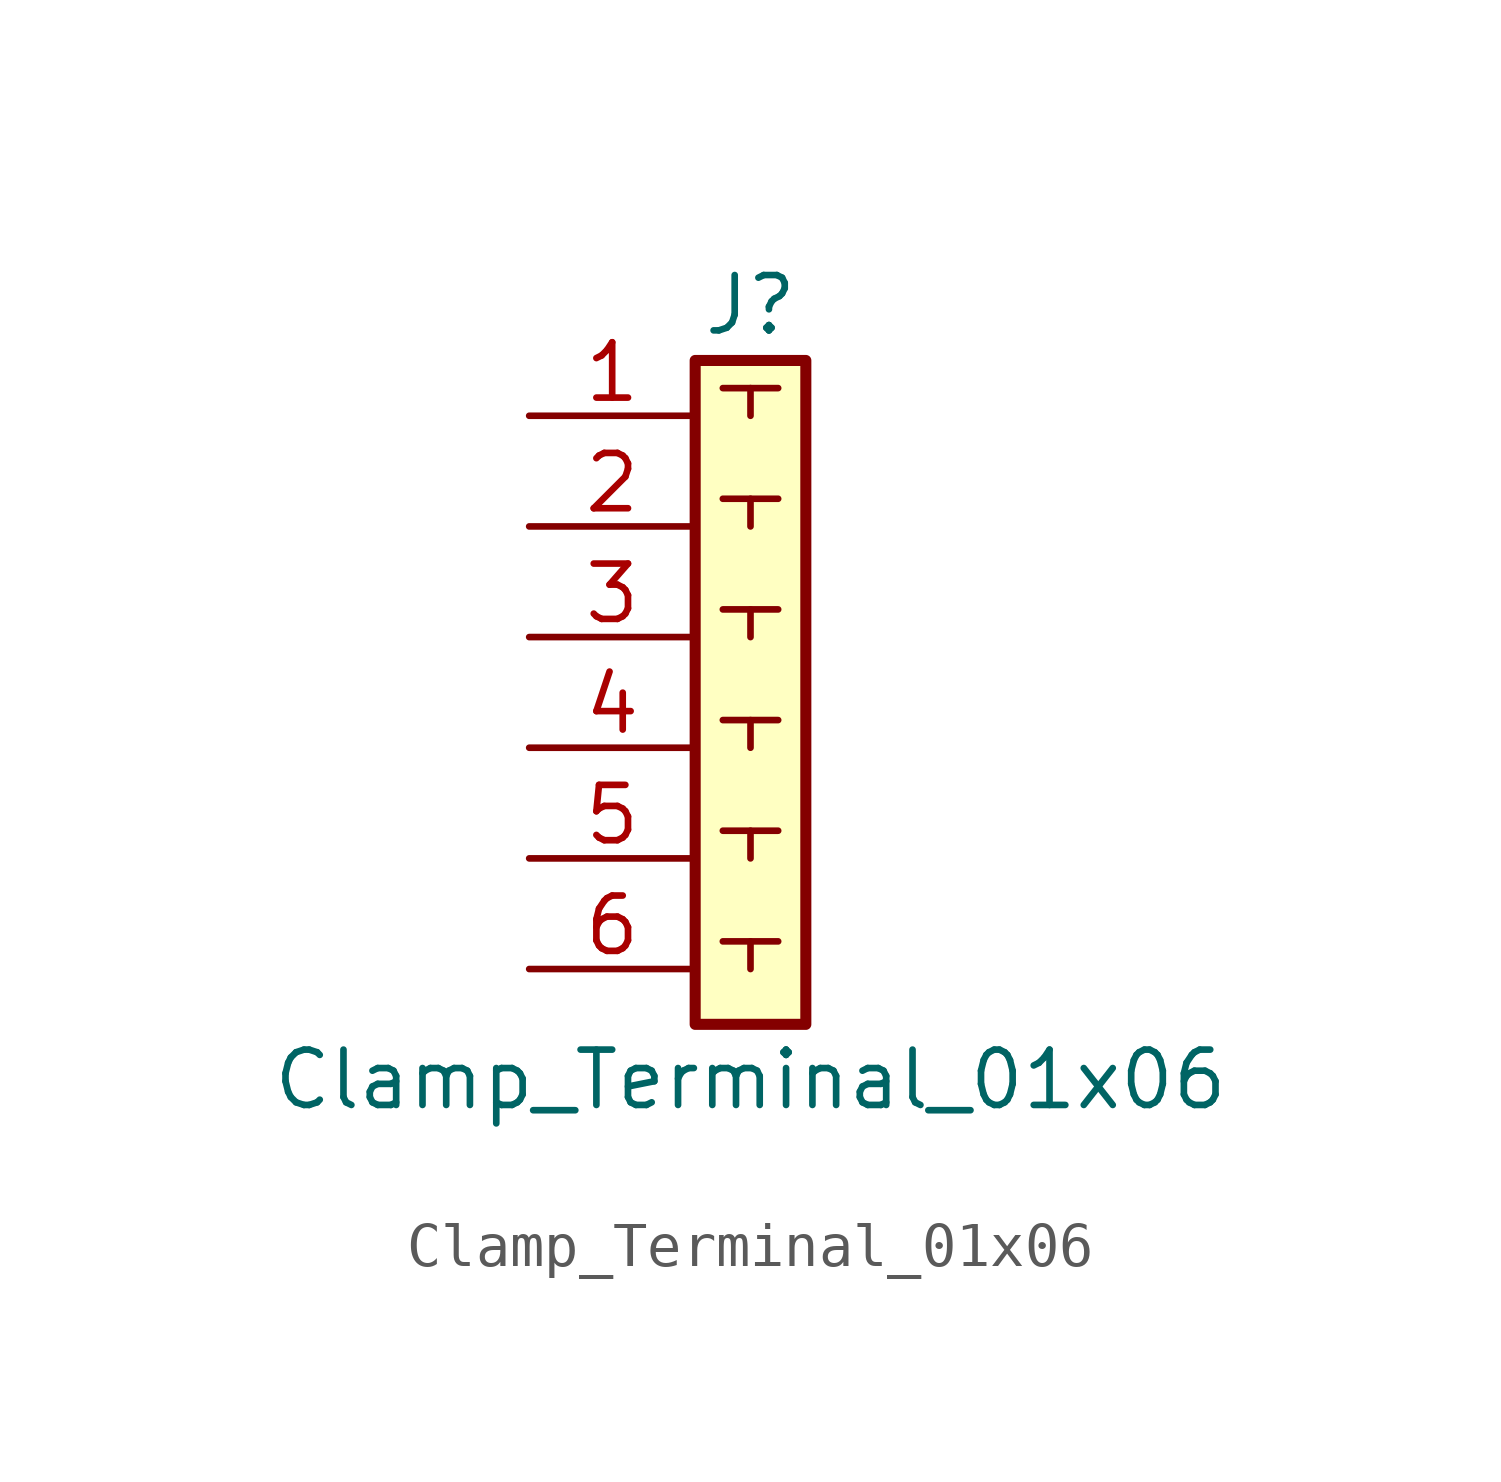
<source format=kicad_sym>
(kicad_symbol_lib
  (version 20231120)
  (generator "kicad_symbol_editor")
  (generator_version "8.0")
  (symbol "Clamp_Terminal_01x06"
    (pin_names
      (offset 1.016) hide)
    (property "Reference" "J"
      (at 0 7.62 0)
      (effects (font (size 1.27 1.27))))
    (property "Value" "Clamp_Terminal_01x06"
      (at 0 -10.16 0)
      (effects (font (size 1.27 1.27))))
    (symbol "Clamp_Terminal_01x06_0_1"
      (polyline (pts (xy -0.635 -6.985) (xy 0.635 -6.985)) (stroke (width 0) (type default)) (fill (type none)))
      (polyline (pts (xy -0.635 -4.445) (xy 0.635 -4.445)) (stroke (width 0) (type default)) (fill (type none)))
      (polyline (pts (xy -0.635 -1.905) (xy 0.635 -1.905)) (stroke (width 0) (type default)) (fill (type none)))
      (polyline (pts (xy -0.635 0.635) (xy 0.635 0.635)) (stroke (width 0) (type default)) (fill (type none)))
      (polyline (pts (xy -0.635 3.175) (xy 0.635 3.175)) (stroke (width 0) (type default)) (fill (type none)))
      (polyline (pts (xy -0.635 5.715) (xy 0.635 5.715)) (stroke (width 0) (type default)) (fill (type none)))
      (polyline (pts (xy 0 -6.985) (xy 0 -7.62)) (stroke (width 0) (type default)) (fill (type none)))
      (polyline (pts (xy 0 -4.445) (xy 0 -5.08)) (stroke (width 0) (type default)) (fill (type none)))
      (polyline (pts (xy 0 -1.905) (xy 0 -2.54)) (stroke (width 0) (type default)) (fill (type none)))
      (polyline (pts (xy 0 0.635) (xy 0 0)) (stroke (width 0) (type default)) (fill (type none)))
      (polyline (pts (xy 0 3.175) (xy 0 2.54)) (stroke (width 0) (type default)) (fill (type none)))
      (polyline (pts (xy 0 5.715) (xy 0 5.08)) (stroke (width 0) (type default)) (fill (type none))))
    (symbol "Clamp_Terminal_01x06_1_1"
      (rectangle (start -1.27 6.35) (end 1.27 -8.89) (stroke (width 0.254) (type default)) (fill (type background)))
      (pin passive line (at -5.08 5.08 0) (length 3.81) (name "Pin_1" (effects (font (size 1.27 1.27)))) (number "1" (effects (font (size 1.27 1.27)))))
      (pin passive line (at -5.08 2.54 0) (length 3.81) (name "Pin_2" (effects (font (size 1.27 1.27)))) (number "2" (effects (font (size 1.27 1.27)))))
      (pin passive line (at -5.08 0 0) (length 3.81) (name "Pin_3" (effects (font (size 1.27 1.27)))) (number "3" (effects (font (size 1.27 1.27)))))
      (pin passive line (at -5.08 -2.54 0) (length 3.81) (name "Pin_4" (effects (font (size 1.27 1.27)))) (number "4" (effects (font (size 1.27 1.27)))))
      (pin passive line (at -5.08 -5.08 0) (length 3.81) (name "Pin_5" (effects (font (size 1.27 1.27)))) (number "5" (effects (font (size 1.27 1.27)))))
      (pin passive line (at -5.08 -7.62 0) (length 3.81) (name "Pin_6" (effects (font (size 1.27 1.27)))) (number "6" (effects (font (size 1.27 1.27))))))))
</source>
